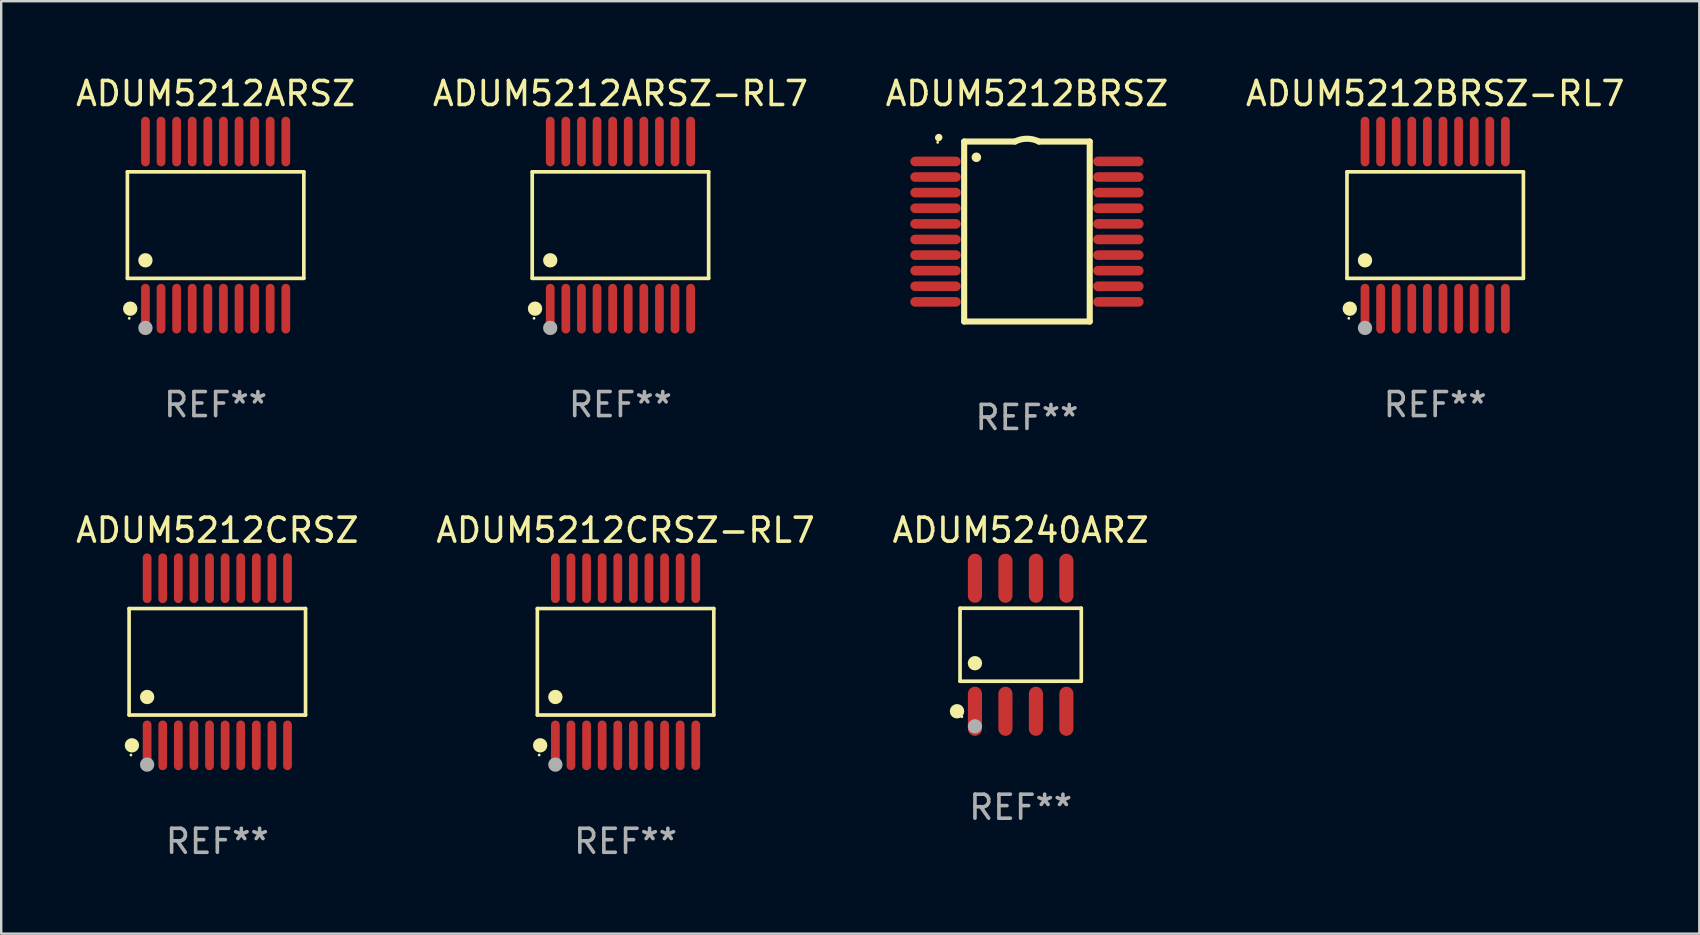
<source format=kicad_pcb>
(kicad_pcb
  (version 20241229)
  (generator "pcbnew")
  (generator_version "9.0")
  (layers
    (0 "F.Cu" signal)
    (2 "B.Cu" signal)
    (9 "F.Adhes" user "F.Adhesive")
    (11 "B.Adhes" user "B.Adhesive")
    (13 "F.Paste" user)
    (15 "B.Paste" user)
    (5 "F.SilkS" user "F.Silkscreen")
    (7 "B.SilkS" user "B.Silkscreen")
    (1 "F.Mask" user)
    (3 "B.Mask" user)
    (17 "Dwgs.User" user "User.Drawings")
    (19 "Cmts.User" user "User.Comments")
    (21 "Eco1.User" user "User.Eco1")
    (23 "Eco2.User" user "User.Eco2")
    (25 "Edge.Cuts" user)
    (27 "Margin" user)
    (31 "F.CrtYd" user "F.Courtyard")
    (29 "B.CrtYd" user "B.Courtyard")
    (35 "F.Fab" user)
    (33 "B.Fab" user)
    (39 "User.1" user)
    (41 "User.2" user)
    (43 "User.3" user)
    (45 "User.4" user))
  (footprint "ADUM5212ARSZ-RL7"
    (layer "F.Cu")
    (at 22.804 6.33)
    (property "Reference" "ADUM5212ARSZ-RL7" (at 0 -5.482 0) (layer "F.SilkS") (effects (font (size 1 1) (thickness 0.15))))
    (attr through_hole)
    (fp_line (start -3.676 -2.219) (end 3.676 -2.219) (stroke (width 0.152) (type solid)) (layer "F.SilkS"))
    (fp_line (start -3.676 2.219) (end -3.676 -2.219) (stroke (width 0.152) (type solid)) (layer "F.SilkS"))
    (fp_line (start 3.676 -2.219) (end 3.676 2.219) (stroke (width 0.152) (type solid)) (layer "F.SilkS"))
    (fp_line (start 3.676 2.219) (end -3.676 2.219) (stroke (width 0.152) (type solid)) (layer "F.SilkS"))
    (fp_circle (center -3.6 3.885) (end -3.57 3.885) (stroke (width 0.06) (type solid)) (fill no) (layer "F.SilkS"))
    (fp_circle (center -3.559 3.482) (end -3.409 3.482) (stroke (width 0.3) (type solid)) (fill no) (layer "F.SilkS"))
    (fp_circle (center -2.925 1.467) (end -2.775 1.467) (stroke (width 0.3) (type solid)) (fill no) (layer "F.SilkS"))
    (fp_circle (center -2.925 4.285) (end -2.775 4.285) (stroke (width 0.3) (type solid)) (fill no) (layer "F.Fab"))
    (fp_text user "REF**" (at 0 7.482 0) (layer "F.Fab") (effects (font (size 1 1) (thickness 0.15))))
    (pad "1" smd oval (at -2.925 3.482) (size 0.364 2.069) (layers "F.Cu" "F.Mask" "F.Paste"))
    (pad "2" smd oval (at -2.275 3.482) (size 0.364 2.069) (layers "F.Cu" "F.Mask" "F.Paste"))
    (pad "3" smd oval (at -1.625 3.482) (size 0.364 2.069) (layers "F.Cu" "F.Mask" "F.Paste"))
    (pad "4" smd oval (at -0.975 3.482) (size 0.364 2.069) (layers "F.Cu" "F.Mask" "F.Paste"))
    (pad "5" smd oval (at -0.325 3.482) (size 0.364 2.069) (layers "F.Cu" "F.Mask" "F.Paste"))
    (pad "6" smd oval (at 0.325 3.482) (size 0.364 2.069) (layers "F.Cu" "F.Mask" "F.Paste"))
    (pad "7" smd oval (at 0.975 3.482) (size 0.364 2.069) (layers "F.Cu" "F.Mask" "F.Paste"))
    (pad "8" smd oval (at 1.625 3.482) (size 0.364 2.069) (layers "F.Cu" "F.Mask" "F.Paste"))
    (pad "9" smd oval (at 2.275 3.482) (size 0.364 2.069) (layers "F.Cu" "F.Mask" "F.Paste"))
    (pad "10" smd oval (at 2.925 3.482) (size 0.364 2.069) (layers "F.Cu" "F.Mask" "F.Paste"))
    (pad "11" smd oval (at 2.925 -3.482) (size 0.364 2.069) (layers "F.Cu" "F.Mask" "F.Paste"))
    (pad "12" smd oval (at 2.275 -3.482) (size 0.364 2.069) (layers "F.Cu" "F.Mask" "F.Paste"))
    (pad "13" smd oval (at 1.625 -3.482) (size 0.364 2.069) (layers "F.Cu" "F.Mask" "F.Paste"))
    (pad "14" smd oval (at 0.975 -3.482) (size 0.364 2.069) (layers "F.Cu" "F.Mask" "F.Paste"))
    (pad "15" smd oval (at 0.325 -3.482) (size 0.364 2.069) (layers "F.Cu" "F.Mask" "F.Paste"))
    (pad "16" smd oval (at -0.325 -3.482) (size 0.364 2.069) (layers "F.Cu" "F.Mask" "F.Paste"))
    (pad "17" smd oval (at -0.975 -3.482) (size 0.364 2.069) (layers "F.Cu" "F.Mask" "F.Paste"))
    (pad "18" smd oval (at -1.625 -3.482) (size 0.364 2.069) (layers "F.Cu" "F.Mask" "F.Paste"))
    (pad "19" smd oval (at -2.275 -3.482) (size 0.364 2.069) (layers "F.Cu" "F.Mask" "F.Paste"))
    (pad "20" smd oval (at -2.925 -3.482) (size 0.364 2.069) (layers "F.Cu" "F.Mask" "F.Paste")))
  (footprint "ADUM5240ARZ"
    (layer "F.Cu")
    (at 39.482 23.817)
    (property "Reference" "ADUM5240ARZ" (at 0 -4.772 0) (layer "F.SilkS") (effects (font (size 1 1) (thickness 0.15))))
    (attr through_hole)
    (fp_line (start -2.526 -1.521) (end 2.526 -1.521) (stroke (width 0.152) (type solid)) (layer "F.SilkS"))
    (fp_line (start -2.526 1.521) (end -2.526 -1.521) (stroke (width 0.152) (type solid)) (layer "F.SilkS"))
    (fp_line (start 2.526 -1.521) (end 2.526 1.521) (stroke (width 0.152) (type solid)) (layer "F.SilkS"))
    (fp_line (start 2.526 1.521) (end -2.526 1.521) (stroke (width 0.152) (type solid)) (layer "F.SilkS"))
    (fp_circle (center -2.652 2.772) (end -2.501 2.772) (stroke (width 0.3) (type solid)) (fill no) (layer "F.SilkS"))
    (fp_circle (center -2.45 3) (end -2.42 3) (stroke (width 0.06) (type solid)) (fill no) (layer "F.SilkS"))
    (fp_circle (center -1.905 0.769) (end -1.755 0.769) (stroke (width 0.3) (type solid)) (fill no) (layer "F.SilkS"))
    (fp_circle (center -1.905 3.4) (end -1.755 3.4) (stroke (width 0.3) (type solid)) (fill no) (layer "F.Fab"))
    (fp_text user "REF**" (at 0 6.772 0) (layer "F.Fab") (effects (font (size 1 1) (thickness 0.15))))
    (pad "1" smd oval (at -1.905 2.772) (size 0.588 2.045) (layers "F.Cu" "F.Mask" "F.Paste"))
    (pad "2" smd oval (at -0.635 2.772) (size 0.588 2.045) (layers "F.Cu" "F.Mask" "F.Paste"))
    (pad "3" smd oval (at 0.635 2.772) (size 0.588 2.045) (layers "F.Cu" "F.Mask" "F.Paste"))
    (pad "4" smd oval (at 1.905 2.772) (size 0.588 2.045) (layers "F.Cu" "F.Mask" "F.Paste"))
    (pad "5" smd oval (at 1.905 -2.772) (size 0.588 2.045) (layers "F.Cu" "F.Mask" "F.Paste"))
    (pad "6" smd oval (at 0.635 -2.772) (size 0.588 2.045) (layers "F.Cu" "F.Mask" "F.Paste"))
    (pad "7" smd oval (at -0.635 -2.772) (size 0.588 2.045) (layers "F.Cu" "F.Mask" "F.Paste"))
    (pad "8" smd oval (at -1.905 -2.772) (size 0.588 2.045) (layers "F.Cu" "F.Mask" "F.Paste")))
  (footprint "ADUM5212CRSZ"
    (layer "F.Cu")
    (at 6.006 24.527)
    (property "Reference" "ADUM5212CRSZ" (at 0 -5.482 0) (layer "F.SilkS") (effects (font (size 1 1) (thickness 0.15))))
    (attr through_hole)
    (fp_line (start -3.676 -2.219) (end 3.676 -2.219) (stroke (width 0.152) (type solid)) (layer "F.SilkS"))
    (fp_line (start -3.676 2.219) (end -3.676 -2.219) (stroke (width 0.152) (type solid)) (layer "F.SilkS"))
    (fp_line (start 3.676 -2.219) (end 3.676 2.219) (stroke (width 0.152) (type solid)) (layer "F.SilkS"))
    (fp_line (start 3.676 2.219) (end -3.676 2.219) (stroke (width 0.152) (type solid)) (layer "F.SilkS"))
    (fp_circle (center -3.6 3.885) (end -3.57 3.885) (stroke (width 0.06) (type solid)) (fill no) (layer "F.SilkS"))
    (fp_circle (center -3.559 3.482) (end -3.409 3.482) (stroke (width 0.3) (type solid)) (fill no) (layer "F.SilkS"))
    (fp_circle (center -2.925 1.467) (end -2.775 1.467) (stroke (width 0.3) (type solid)) (fill no) (layer "F.SilkS"))
    (fp_circle (center -2.925 4.285) (end -2.775 4.285) (stroke (width 0.3) (type solid)) (fill no) (layer "F.Fab"))
    (fp_text user "REF**" (at 0 7.482 0) (layer "F.Fab") (effects (font (size 1 1) (thickness 0.15))))
    (pad "1" smd oval (at -2.925 3.482) (size 0.364 2.069) (layers "F.Cu" "F.Mask" "F.Paste"))
    (pad "2" smd oval (at -2.275 3.482) (size 0.364 2.069) (layers "F.Cu" "F.Mask" "F.Paste"))
    (pad "3" smd oval (at -1.625 3.482) (size 0.364 2.069) (layers "F.Cu" "F.Mask" "F.Paste"))
    (pad "4" smd oval (at -0.975 3.482) (size 0.364 2.069) (layers "F.Cu" "F.Mask" "F.Paste"))
    (pad "5" smd oval (at -0.325 3.482) (size 0.364 2.069) (layers "F.Cu" "F.Mask" "F.Paste"))
    (pad "6" smd oval (at 0.325 3.482) (size 0.364 2.069) (layers "F.Cu" "F.Mask" "F.Paste"))
    (pad "7" smd oval (at 0.975 3.482) (size 0.364 2.069) (layers "F.Cu" "F.Mask" "F.Paste"))
    (pad "8" smd oval (at 1.625 3.482) (size 0.364 2.069) (layers "F.Cu" "F.Mask" "F.Paste"))
    (pad "9" smd oval (at 2.275 3.482) (size 0.364 2.069) (layers "F.Cu" "F.Mask" "F.Paste"))
    (pad "10" smd oval (at 2.925 3.482) (size 0.364 2.069) (layers "F.Cu" "F.Mask" "F.Paste"))
    (pad "11" smd oval (at 2.925 -3.482) (size 0.364 2.069) (layers "F.Cu" "F.Mask" "F.Paste"))
    (pad "12" smd oval (at 2.275 -3.482) (size 0.364 2.069) (layers "F.Cu" "F.Mask" "F.Paste"))
    (pad "13" smd oval (at 1.625 -3.482) (size 0.364 2.069) (layers "F.Cu" "F.Mask" "F.Paste"))
    (pad "14" smd oval (at 0.975 -3.482) (size 0.364 2.069) (layers "F.Cu" "F.Mask" "F.Paste"))
    (pad "15" smd oval (at 0.325 -3.482) (size 0.364 2.069) (layers "F.Cu" "F.Mask" "F.Paste"))
    (pad "16" smd oval (at -0.325 -3.482) (size 0.364 2.069) (layers "F.Cu" "F.Mask" "F.Paste"))
    (pad "17" smd oval (at -0.975 -3.482) (size 0.364 2.069) (layers "F.Cu" "F.Mask" "F.Paste"))
    (pad "18" smd oval (at -1.625 -3.482) (size 0.364 2.069) (layers "F.Cu" "F.Mask" "F.Paste"))
    (pad "19" smd oval (at -2.275 -3.482) (size 0.364 2.069) (layers "F.Cu" "F.Mask" "F.Paste"))
    (pad "20" smd oval (at -2.925 -3.482) (size 0.364 2.069) (layers "F.Cu" "F.Mask" "F.Paste")))
  (footprint "ADUM5212BRSZ-RL7"
    (layer "F.Cu")
    (at 56.756 6.33)
    (property "Reference" "ADUM5212BRSZ-RL7" (at 0 -5.482 0) (layer "F.SilkS") (effects (font (size 1 1) (thickness 0.15))))
    (attr through_hole)
    (fp_line (start -3.676 -2.219) (end 3.676 -2.219) (stroke (width 0.152) (type solid)) (layer "F.SilkS"))
    (fp_line (start -3.676 2.219) (end -3.676 -2.219) (stroke (width 0.152) (type solid)) (layer "F.SilkS"))
    (fp_line (start 3.676 -2.219) (end 3.676 2.219) (stroke (width 0.152) (type solid)) (layer "F.SilkS"))
    (fp_line (start 3.676 2.219) (end -3.676 2.219) (stroke (width 0.152) (type solid)) (layer "F.SilkS"))
    (fp_circle (center -3.6 3.885) (end -3.57 3.885) (stroke (width 0.06) (type solid)) (fill no) (layer "F.SilkS"))
    (fp_circle (center -3.559 3.482) (end -3.409 3.482) (stroke (width 0.3) (type solid)) (fill no) (layer "F.SilkS"))
    (fp_circle (center -2.925 1.467) (end -2.775 1.467) (stroke (width 0.3) (type solid)) (fill no) (layer "F.SilkS"))
    (fp_circle (center -2.925 4.285) (end -2.775 4.285) (stroke (width 0.3) (type solid)) (fill no) (layer "F.Fab"))
    (fp_text user "REF**" (at 0 7.482 0) (layer "F.Fab") (effects (font (size 1 1) (thickness 0.15))))
    (pad "1" smd oval (at -2.925 3.482) (size 0.364 2.069) (layers "F.Cu" "F.Mask" "F.Paste"))
    (pad "2" smd oval (at -2.275 3.482) (size 0.364 2.069) (layers "F.Cu" "F.Mask" "F.Paste"))
    (pad "3" smd oval (at -1.625 3.482) (size 0.364 2.069) (layers "F.Cu" "F.Mask" "F.Paste"))
    (pad "4" smd oval (at -0.975 3.482) (size 0.364 2.069) (layers "F.Cu" "F.Mask" "F.Paste"))
    (pad "5" smd oval (at -0.325 3.482) (size 0.364 2.069) (layers "F.Cu" "F.Mask" "F.Paste"))
    (pad "6" smd oval (at 0.325 3.482) (size 0.364 2.069) (layers "F.Cu" "F.Mask" "F.Paste"))
    (pad "7" smd oval (at 0.975 3.482) (size 0.364 2.069) (layers "F.Cu" "F.Mask" "F.Paste"))
    (pad "8" smd oval (at 1.625 3.482) (size 0.364 2.069) (layers "F.Cu" "F.Mask" "F.Paste"))
    (pad "9" smd oval (at 2.275 3.482) (size 0.364 2.069) (layers "F.Cu" "F.Mask" "F.Paste"))
    (pad "10" smd oval (at 2.925 3.482) (size 0.364 2.069) (layers "F.Cu" "F.Mask" "F.Paste"))
    (pad "11" smd oval (at 2.925 -3.482) (size 0.364 2.069) (layers "F.Cu" "F.Mask" "F.Paste"))
    (pad "12" smd oval (at 2.275 -3.482) (size 0.364 2.069) (layers "F.Cu" "F.Mask" "F.Paste"))
    (pad "13" smd oval (at 1.625 -3.482) (size 0.364 2.069) (layers "F.Cu" "F.Mask" "F.Paste"))
    (pad "14" smd oval (at 0.975 -3.482) (size 0.364 2.069) (layers "F.Cu" "F.Mask" "F.Paste"))
    (pad "15" smd oval (at 0.325 -3.482) (size 0.364 2.069) (layers "F.Cu" "F.Mask" "F.Paste"))
    (pad "16" smd oval (at -0.325 -3.482) (size 0.364 2.069) (layers "F.Cu" "F.Mask" "F.Paste"))
    (pad "17" smd oval (at -0.975 -3.482) (size 0.364 2.069) (layers "F.Cu" "F.Mask" "F.Paste"))
    (pad "18" smd oval (at -1.625 -3.482) (size 0.364 2.069) (layers "F.Cu" "F.Mask" "F.Paste"))
    (pad "19" smd oval (at -2.275 -3.482) (size 0.364 2.069) (layers "F.Cu" "F.Mask" "F.Paste"))
    (pad "20" smd oval (at -2.925 -3.482) (size 0.364 2.069) (layers "F.Cu" "F.Mask" "F.Paste")))
  (footprint "ADUM5212CRSZ-RL7"
    (layer "F.Cu")
    (at 23.018 24.527)
    (property "Reference" "ADUM5212CRSZ-RL7" (at 0 -5.482 0) (layer "F.SilkS") (effects (font (size 1 1) (thickness 0.15))))
    (attr through_hole)
    (fp_line (start -3.676 -2.219) (end 3.676 -2.219) (stroke (width 0.152) (type solid)) (layer "F.SilkS"))
    (fp_line (start -3.676 2.219) (end -3.676 -2.219) (stroke (width 0.152) (type solid)) (layer "F.SilkS"))
    (fp_line (start 3.676 -2.219) (end 3.676 2.219) (stroke (width 0.152) (type solid)) (layer "F.SilkS"))
    (fp_line (start 3.676 2.219) (end -3.676 2.219) (stroke (width 0.152) (type solid)) (layer "F.SilkS"))
    (fp_circle (center -3.6 3.885) (end -3.57 3.885) (stroke (width 0.06) (type solid)) (fill no) (layer "F.SilkS"))
    (fp_circle (center -3.559 3.482) (end -3.409 3.482) (stroke (width 0.3) (type solid)) (fill no) (layer "F.SilkS"))
    (fp_circle (center -2.925 1.467) (end -2.775 1.467) (stroke (width 0.3) (type solid)) (fill no) (layer "F.SilkS"))
    (fp_circle (center -2.925 4.285) (end -2.775 4.285) (stroke (width 0.3) (type solid)) (fill no) (layer "F.Fab"))
    (fp_text user "REF**" (at 0 7.482 0) (layer "F.Fab") (effects (font (size 1 1) (thickness 0.15))))
    (pad "1" smd oval (at -2.925 3.482) (size 0.364 2.069) (layers "F.Cu" "F.Mask" "F.Paste"))
    (pad "2" smd oval (at -2.275 3.482) (size 0.364 2.069) (layers "F.Cu" "F.Mask" "F.Paste"))
    (pad "3" smd oval (at -1.625 3.482) (size 0.364 2.069) (layers "F.Cu" "F.Mask" "F.Paste"))
    (pad "4" smd oval (at -0.975 3.482) (size 0.364 2.069) (layers "F.Cu" "F.Mask" "F.Paste"))
    (pad "5" smd oval (at -0.325 3.482) (size 0.364 2.069) (layers "F.Cu" "F.Mask" "F.Paste"))
    (pad "6" smd oval (at 0.325 3.482) (size 0.364 2.069) (layers "F.Cu" "F.Mask" "F.Paste"))
    (pad "7" smd oval (at 0.975 3.482) (size 0.364 2.069) (layers "F.Cu" "F.Mask" "F.Paste"))
    (pad "8" smd oval (at 1.625 3.482) (size 0.364 2.069) (layers "F.Cu" "F.Mask" "F.Paste"))
    (pad "9" smd oval (at 2.275 3.482) (size 0.364 2.069) (layers "F.Cu" "F.Mask" "F.Paste"))
    (pad "10" smd oval (at 2.925 3.482) (size 0.364 2.069) (layers "F.Cu" "F.Mask" "F.Paste"))
    (pad "11" smd oval (at 2.925 -3.482) (size 0.364 2.069) (layers "F.Cu" "F.Mask" "F.Paste"))
    (pad "12" smd oval (at 2.275 -3.482) (size 0.364 2.069) (layers "F.Cu" "F.Mask" "F.Paste"))
    (pad "13" smd oval (at 1.625 -3.482) (size 0.364 2.069) (layers "F.Cu" "F.Mask" "F.Paste"))
    (pad "14" smd oval (at 0.975 -3.482) (size 0.364 2.069) (layers "F.Cu" "F.Mask" "F.Paste"))
    (pad "15" smd oval (at 0.325 -3.482) (size 0.364 2.069) (layers "F.Cu" "F.Mask" "F.Paste"))
    (pad "16" smd oval (at -0.325 -3.482) (size 0.364 2.069) (layers "F.Cu" "F.Mask" "F.Paste"))
    (pad "17" smd oval (at -0.975 -3.482) (size 0.364 2.069) (layers "F.Cu" "F.Mask" "F.Paste"))
    (pad "18" smd oval (at -1.625 -3.482) (size 0.364 2.069) (layers "F.Cu" "F.Mask" "F.Paste"))
    (pad "19" smd oval (at -2.275 -3.482) (size 0.364 2.069) (layers "F.Cu" "F.Mask" "F.Paste"))
    (pad "20" smd oval (at -2.925 -3.482) (size 0.364 2.069) (layers "F.Cu" "F.Mask" "F.Paste")))
  (footprint "ADUM5212BRSZ"
    (layer "F.Cu")
    (at 39.744 6.598)
    (property "Reference" "ADUM5212BRSZ" (at 0 -5.75 0) (layer "F.SilkS") (effects (font (size 1 1) (thickness 0.15))))
    (attr through_hole)
    (fp_line (start -2.616 -3.75) (end -0.5 -3.75) (stroke (width 0.254) (type solid)) (layer "F.SilkS"))
    (fp_line (start -2.616 3.75) (end -2.616 -3.75) (stroke (width 0.254) (type solid)) (layer "F.SilkS"))
    (fp_line (start 0.5 -3.75) (end 2.616 -3.75) (stroke (width 0.254) (type solid)) (layer "F.SilkS"))
    (fp_line (start 2.616 -3.75) (end 2.616 3.75) (stroke (width 0.254) (type solid)) (layer "F.SilkS"))
    (fp_line (start 2.616 3.75) (end -2.616 3.75) (stroke (width 0.254) (type solid)) (layer "F.SilkS"))
    (fp_arc (start -3.683109 -3.911608) (mid -3.678201 -3.91686) (end -3.672949 -3.921768) (stroke (width 0.3) (type solid)) (layer "F.SilkS"))
    (fp_arc (start -0.500483 -3.749047) (mid -0.000102 -3.867211) (end 0.500279 -3.749047) (stroke (width 0.254001) (type solid)) (layer "F.SilkS"))
    (fp_circle (center -3.72 -3.715) (end -3.69 -3.715) (stroke (width 0.06) (type solid)) (fill no) (layer "F.SilkS"))
    (fp_circle (center -2.108 -3.094) (end -2.008 -3.094) (stroke (width 0.2) (type solid)) (fill no) (layer "F.SilkS"))
    (fp_text user "REF**" (at 0 7.75 0) (layer "F.Fab") (effects (font (size 1 1) (thickness 0.15))))
    (pad "1" smd oval (at -3.81 -2.921 90) (size 0.4 2.1) (layers "F.Cu" "F.Mask" "F.Paste"))
    (pad "2" smd oval (at -3.81 -2.271 90) (size 0.4 2.1) (layers "F.Cu" "F.Mask" "F.Paste"))
    (pad "3" smd oval (at -3.81 -1.621 90) (size 0.4 2.1) (layers "F.Cu" "F.Mask" "F.Paste"))
    (pad "4" smd oval (at -3.81 -0.97 90) (size 0.4 2.1) (layers "F.Cu" "F.Mask" "F.Paste"))
    (pad "5" smd oval (at -3.81 -0.32 90) (size 0.4 2.1) (layers "F.Cu" "F.Mask" "F.Paste"))
    (pad "6" smd oval (at -3.81 0.33 90) (size 0.4 2.1) (layers "F.Cu" "F.Mask" "F.Paste"))
    (pad "7" smd oval (at -3.81 0.98 90) (size 0.4 2.1) (layers "F.Cu" "F.Mask" "F.Paste"))
    (pad "8" smd oval (at -3.81 1.631 90) (size 0.4 2.1) (layers "F.Cu" "F.Mask" "F.Paste"))
    (pad "9" smd oval (at -3.81 2.281 90) (size 0.4 2.1) (layers "F.Cu" "F.Mask" "F.Paste"))
    (pad "10" smd oval (at -3.81 2.931 90) (size 0.4 2.1) (layers "F.Cu" "F.Mask" "F.Paste"))
    (pad "11" smd oval (at 3.81 2.931 90) (size 0.4 2.1) (layers "F.Cu" "F.Mask" "F.Paste"))
    (pad "12" smd oval (at 3.81 2.281 90) (size 0.4 2.1) (layers "F.Cu" "F.Mask" "F.Paste"))
    (pad "13" smd oval (at 3.81 1.631 90) (size 0.4 2.1) (layers "F.Cu" "F.Mask" "F.Paste"))
    (pad "14" smd oval (at 3.81 0.98 90) (size 0.4 2.1) (layers "F.Cu" "F.Mask" "F.Paste"))
    (pad "15" smd oval (at 3.81 0.33 90) (size 0.4 2.1) (layers "F.Cu" "F.Mask" "F.Paste"))
    (pad "16" smd oval (at 3.81 -0.32 90) (size 0.4 2.1) (layers "F.Cu" "F.Mask" "F.Paste"))
    (pad "17" smd oval (at 3.81 -0.97 90) (size 0.4 2.1) (layers "F.Cu" "F.Mask" "F.Paste"))
    (pad "18" smd oval (at 3.81 -1.621 90) (size 0.4 2.1) (layers "F.Cu" "F.Mask" "F.Paste"))
    (pad "19" smd oval (at 3.81 -2.271 90) (size 0.4 2.1) (layers "F.Cu" "F.Mask" "F.Paste"))
    (pad "20" smd oval (at 3.81 -2.921 90) (size 0.4 2.1) (layers "F.Cu" "F.Mask" "F.Paste")))
  (footprint "ADUM5212ARSZ"
    (layer "F.Cu")
    (at 5.935 6.33)
    (property "Reference" "ADUM5212ARSZ" (at 0 -5.482 0) (layer "F.SilkS") (effects (font (size 1 1) (thickness 0.15))))
    (attr through_hole)
    (fp_line (start -3.676 -2.219) (end 3.676 -2.219) (stroke (width 0.152) (type solid)) (layer "F.SilkS"))
    (fp_line (start -3.676 2.219) (end -3.676 -2.219) (stroke (width 0.152) (type solid)) (layer "F.SilkS"))
    (fp_line (start 3.676 -2.219) (end 3.676 2.219) (stroke (width 0.152) (type solid)) (layer "F.SilkS"))
    (fp_line (start 3.676 2.219) (end -3.676 2.219) (stroke (width 0.152) (type solid)) (layer "F.SilkS"))
    (fp_circle (center -3.6 3.885) (end -3.57 3.885) (stroke (width 0.06) (type solid)) (fill no) (layer "F.SilkS"))
    (fp_circle (center -3.559 3.482) (end -3.409 3.482) (stroke (width 0.3) (type solid)) (fill no) (layer "F.SilkS"))
    (fp_circle (center -2.925 1.467) (end -2.775 1.467) (stroke (width 0.3) (type solid)) (fill no) (layer "F.SilkS"))
    (fp_circle (center -2.925 4.285) (end -2.775 4.285) (stroke (width 0.3) (type solid)) (fill no) (layer "F.Fab"))
    (fp_text user "REF**" (at 0 7.482 0) (layer "F.Fab") (effects (font (size 1 1) (thickness 0.15))))
    (pad "1" smd oval (at -2.925 3.482) (size 0.364 2.069) (layers "F.Cu" "F.Mask" "F.Paste"))
    (pad "2" smd oval (at -2.275 3.482) (size 0.364 2.069) (layers "F.Cu" "F.Mask" "F.Paste"))
    (pad "3" smd oval (at -1.625 3.482) (size 0.364 2.069) (layers "F.Cu" "F.Mask" "F.Paste"))
    (pad "4" smd oval (at -0.975 3.482) (size 0.364 2.069) (layers "F.Cu" "F.Mask" "F.Paste"))
    (pad "5" smd oval (at -0.325 3.482) (size 0.364 2.069) (layers "F.Cu" "F.Mask" "F.Paste"))
    (pad "6" smd oval (at 0.325 3.482) (size 0.364 2.069) (layers "F.Cu" "F.Mask" "F.Paste"))
    (pad "7" smd oval (at 0.975 3.482) (size 0.364 2.069) (layers "F.Cu" "F.Mask" "F.Paste"))
    (pad "8" smd oval (at 1.625 3.482) (size 0.364 2.069) (layers "F.Cu" "F.Mask" "F.Paste"))
    (pad "9" smd oval (at 2.275 3.482) (size 0.364 2.069) (layers "F.Cu" "F.Mask" "F.Paste"))
    (pad "10" smd oval (at 2.925 3.482) (size 0.364 2.069) (layers "F.Cu" "F.Mask" "F.Paste"))
    (pad "11" smd oval (at 2.925 -3.482) (size 0.364 2.069) (layers "F.Cu" "F.Mask" "F.Paste"))
    (pad "12" smd oval (at 2.275 -3.482) (size 0.364 2.069) (layers "F.Cu" "F.Mask" "F.Paste"))
    (pad "13" smd oval (at 1.625 -3.482) (size 0.364 2.069) (layers "F.Cu" "F.Mask" "F.Paste"))
    (pad "14" smd oval (at 0.975 -3.482) (size 0.364 2.069) (layers "F.Cu" "F.Mask" "F.Paste"))
    (pad "15" smd oval (at 0.325 -3.482) (size 0.364 2.069) (layers "F.Cu" "F.Mask" "F.Paste"))
    (pad "16" smd oval (at -0.325 -3.482) (size 0.364 2.069) (layers "F.Cu" "F.Mask" "F.Paste"))
    (pad "17" smd oval (at -0.975 -3.482) (size 0.364 2.069) (layers "F.Cu" "F.Mask" "F.Paste"))
    (pad "18" smd oval (at -1.625 -3.482) (size 0.364 2.069) (layers "F.Cu" "F.Mask" "F.Paste"))
    (pad "19" smd oval (at -2.275 -3.482) (size 0.364 2.069) (layers "F.Cu" "F.Mask" "F.Paste"))
    (pad "20" smd oval (at -2.925 -3.482) (size 0.364 2.069) (layers "F.Cu" "F.Mask" "F.Paste")))
  (gr_rect
    (start -3 -3)
    (end 67.762 35.857)
    (stroke (width 0.1) (type default))
    (fill no)
    (layer "Edge.Cuts")))
</source>
